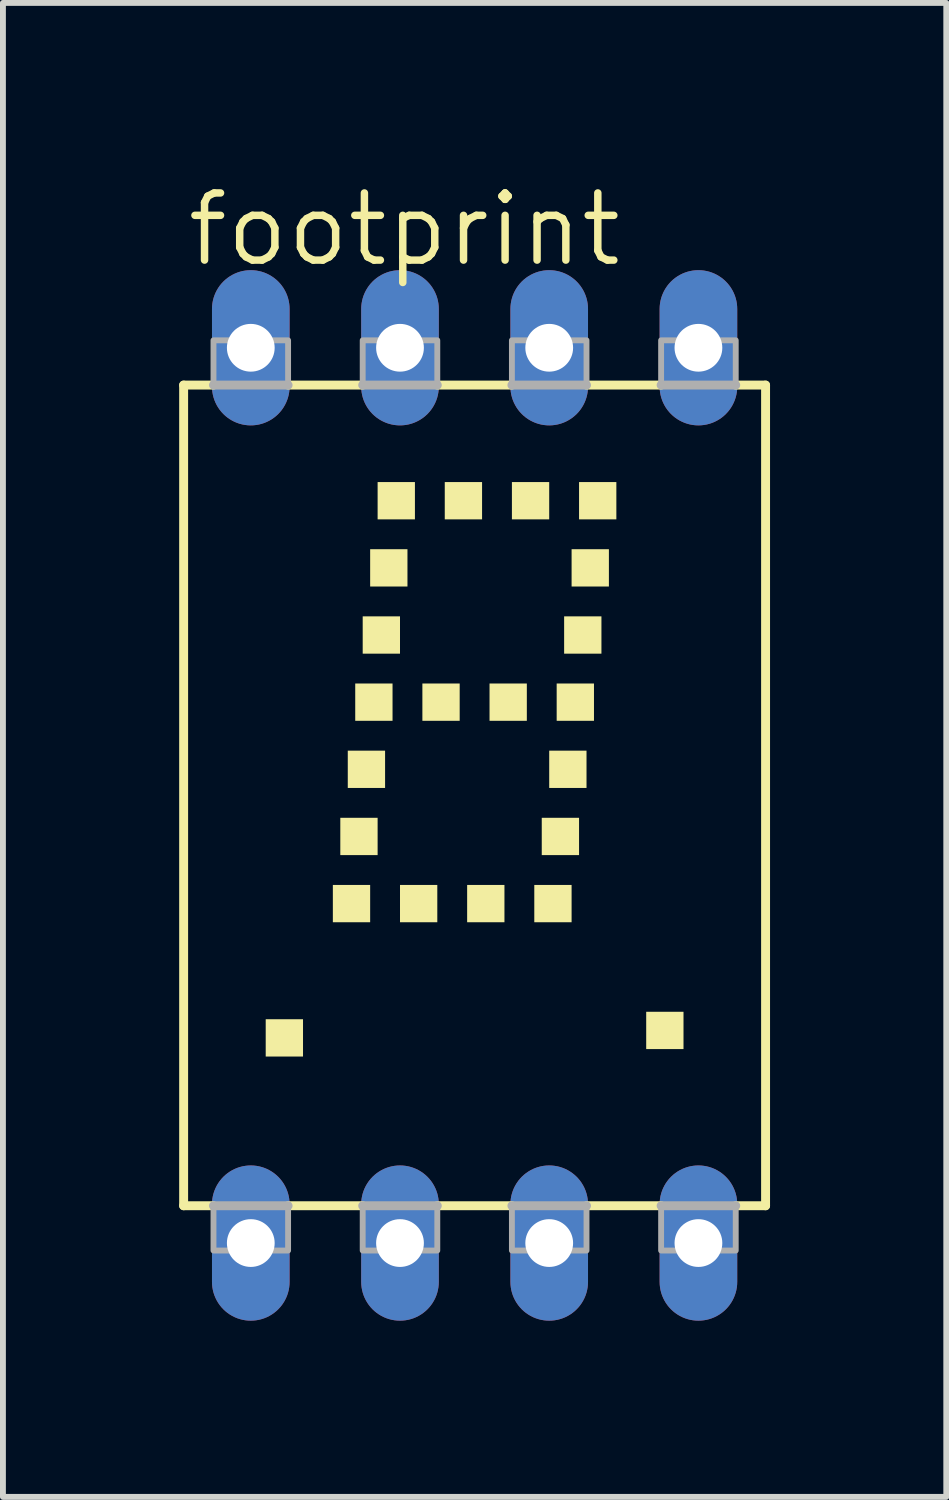
<source format=kicad_pcb>
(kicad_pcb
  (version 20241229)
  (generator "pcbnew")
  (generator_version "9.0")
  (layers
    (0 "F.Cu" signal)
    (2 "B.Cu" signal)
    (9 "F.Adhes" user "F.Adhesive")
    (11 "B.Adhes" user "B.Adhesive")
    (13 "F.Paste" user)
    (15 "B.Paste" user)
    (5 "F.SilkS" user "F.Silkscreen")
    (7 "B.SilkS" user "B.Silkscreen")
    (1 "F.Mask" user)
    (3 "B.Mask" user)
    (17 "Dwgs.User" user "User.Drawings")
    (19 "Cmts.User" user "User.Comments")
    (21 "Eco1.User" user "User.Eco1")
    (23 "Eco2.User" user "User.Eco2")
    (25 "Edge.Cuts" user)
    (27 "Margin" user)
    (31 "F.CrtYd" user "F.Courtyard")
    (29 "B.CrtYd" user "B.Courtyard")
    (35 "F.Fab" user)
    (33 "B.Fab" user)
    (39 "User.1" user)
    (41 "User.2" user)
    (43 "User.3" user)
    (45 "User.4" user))
  (footprint "footprint"
    (layer "F.Cu")
    (at 5.029 10.49)
    (property "Reference" "footprint" (at -4.953 -8.966 0) (layer "F.SilkS") (effects (font (size 1.143 1.143) (thickness 0.127)) (justify left bottom)))
    (fp_line (start -4.953 -6.985) (end -4.953 6.985) (stroke (width 0.152) (type solid)) (layer "F.SilkS"))
    (fp_line (start -4.953 6.985) (end -4.445 6.985) (stroke (width 0.152) (type solid)) (layer "F.SilkS"))
    (fp_line (start -4.445 -6.985) (end -4.953 -6.985) (stroke (width 0.152) (type solid)) (layer "F.SilkS"))
    (fp_line (start -1.905 -6.985) (end -3.175 -6.985) (stroke (width 0.152) (type solid)) (layer "F.SilkS"))
    (fp_line (start -1.905 6.985) (end -3.175 6.985) (stroke (width 0.152) (type solid)) (layer "F.SilkS"))
    (fp_line (start -0.635 6.985) (end 0.635 6.985) (stroke (width 0.152) (type solid)) (layer "F.SilkS"))
    (fp_line (start 0.635 -6.985) (end -0.635 -6.985) (stroke (width 0.152) (type solid)) (layer "F.SilkS"))
    (fp_line (start 1.905 6.985) (end 3.175 6.985) (stroke (width 0.152) (type solid)) (layer "F.SilkS"))
    (fp_line (start 3.175 -6.985) (end 1.905 -6.985) (stroke (width 0.152) (type solid)) (layer "F.SilkS"))
    (fp_line (start 4.953 -6.985) (end 4.445 -6.985) (stroke (width 0.152) (type solid)) (layer "F.SilkS"))
    (fp_line (start 4.953 6.985) (end 4.445 6.985) (stroke (width 0.152) (type solid)) (layer "F.SilkS"))
    (fp_line (start 4.953 6.985) (end 4.953 -6.985) (stroke (width 0.152) (type solid)) (layer "F.SilkS"))
    (fp_poly (pts (xy -3.556 4.445) (xy -2.921 4.445) (xy -2.921 3.81) (xy -3.556 3.81)) (stroke (width 0) (type solid)) (fill yes) (layer "F.SilkS"))
    (fp_poly (pts (xy -2.413 2.159) (xy -1.778 2.159) (xy -1.778 1.524) (xy -2.413 1.524)) (stroke (width 0) (type solid)) (fill yes) (layer "F.SilkS"))
    (fp_poly (pts (xy -2.286 1.016) (xy -1.651 1.016) (xy -1.651 0.381) (xy -2.286 0.381)) (stroke (width 0) (type solid)) (fill yes) (layer "F.SilkS"))
    (fp_poly (pts (xy -2.159 -0.127) (xy -1.524 -0.127) (xy -1.524 -0.762) (xy -2.159 -0.762)) (stroke (width 0) (type solid)) (fill yes) (layer "F.SilkS"))
    (fp_poly (pts (xy -2.032 -1.27) (xy -1.397 -1.27) (xy -1.397 -1.905) (xy -2.032 -1.905)) (stroke (width 0) (type solid)) (fill yes) (layer "F.SilkS"))
    (fp_poly (pts (xy -1.905 -2.413) (xy -1.27 -2.413) (xy -1.27 -3.048) (xy -1.905 -3.048)) (stroke (width 0) (type solid)) (fill yes) (layer "F.SilkS"))
    (fp_poly (pts (xy -1.778 -3.556) (xy -1.143 -3.556) (xy -1.143 -4.191) (xy -1.778 -4.191)) (stroke (width 0) (type solid)) (fill yes) (layer "F.SilkS"))
    (fp_poly (pts (xy -1.651 -4.699) (xy -1.016 -4.699) (xy -1.016 -5.334) (xy -1.651 -5.334)) (stroke (width 0) (type solid)) (fill yes) (layer "F.SilkS"))
    (fp_poly (pts (xy -1.27 2.159) (xy -0.635 2.159) (xy -0.635 1.524) (xy -1.27 1.524)) (stroke (width 0) (type solid)) (fill yes) (layer "F.SilkS"))
    (fp_poly (pts (xy -0.889 -1.27) (xy -0.254 -1.27) (xy -0.254 -1.905) (xy -0.889 -1.905)) (stroke (width 0) (type solid)) (fill yes) (layer "F.SilkS"))
    (fp_poly (pts (xy -0.508 -4.699) (xy 0.127 -4.699) (xy 0.127 -5.334) (xy -0.508 -5.334)) (stroke (width 0) (type solid)) (fill yes) (layer "F.SilkS"))
    (fp_poly (pts (xy -0.127 2.159) (xy 0.508 2.159) (xy 0.508 1.524) (xy -0.127 1.524)) (stroke (width 0) (type solid)) (fill yes) (layer "F.SilkS"))
    (fp_poly (pts (xy 0.254 -1.27) (xy 0.889 -1.27) (xy 0.889 -1.905) (xy 0.254 -1.905)) (stroke (width 0) (type solid)) (fill yes) (layer "F.SilkS"))
    (fp_poly (pts (xy 0.635 -4.699) (xy 1.27 -4.699) (xy 1.27 -5.334) (xy 0.635 -5.334)) (stroke (width 0) (type solid)) (fill yes) (layer "F.SilkS"))
    (fp_poly (pts (xy 1.016 2.159) (xy 1.651 2.159) (xy 1.651 1.524) (xy 1.016 1.524)) (stroke (width 0) (type solid)) (fill yes) (layer "F.SilkS"))
    (fp_poly (pts (xy 1.143 1.016) (xy 1.778 1.016) (xy 1.778 0.381) (xy 1.143 0.381)) (stroke (width 0) (type solid)) (fill yes) (layer "F.SilkS"))
    (fp_poly (pts (xy 1.27 -0.127) (xy 1.905 -0.127) (xy 1.905 -0.762) (xy 1.27 -0.762)) (stroke (width 0) (type solid)) (fill yes) (layer "F.SilkS"))
    (fp_poly (pts (xy 1.397 -1.27) (xy 2.032 -1.27) (xy 2.032 -1.905) (xy 1.397 -1.905)) (stroke (width 0) (type solid)) (fill yes) (layer "F.SilkS"))
    (fp_poly (pts (xy 1.524 -2.413) (xy 2.159 -2.413) (xy 2.159 -3.048) (xy 1.524 -3.048)) (stroke (width 0) (type solid)) (fill yes) (layer "F.SilkS"))
    (fp_poly (pts (xy 1.651 -3.556) (xy 2.286 -3.556) (xy 2.286 -4.191) (xy 1.651 -4.191)) (stroke (width 0) (type solid)) (fill yes) (layer "F.SilkS"))
    (fp_poly (pts (xy 1.778 -4.699) (xy 2.413 -4.699) (xy 2.413 -5.334) (xy 1.778 -5.334)) (stroke (width 0) (type solid)) (fill yes) (layer "F.SilkS"))
    (fp_poly (pts (xy 2.921 4.318) (xy 3.556 4.318) (xy 3.556 3.683) (xy 2.921 3.683)) (stroke (width 0) (type solid)) (fill yes) (layer "F.SilkS"))
    (fp_line (start -4.445 -6.985) (end -3.175 -6.985) (stroke (width 0.152) (type solid)) (layer "F.Fab"))
    (fp_line (start -4.445 6.985) (end -3.175 6.985) (stroke (width 0.152) (type solid)) (layer "F.Fab"))
    (fp_line (start -1.905 -6.985) (end -0.635 -6.985) (stroke (width 0.152) (type solid)) (layer "F.Fab"))
    (fp_line (start -1.905 6.985) (end -0.635 6.985) (stroke (width 0.152) (type solid)) (layer "F.Fab"))
    (fp_line (start 0.635 -6.985) (end 1.905 -6.985) (stroke (width 0.152) (type solid)) (layer "F.Fab"))
    (fp_line (start 0.635 6.985) (end 1.905 6.985) (stroke (width 0.152) (type solid)) (layer "F.Fab"))
    (fp_line (start 3.175 -6.985) (end 4.445 -6.985) (stroke (width 0.152) (type solid)) (layer "F.Fab"))
    (fp_line (start 3.175 6.985) (end 4.445 6.985) (stroke (width 0.152) (type solid)) (layer "F.Fab"))
    (fp_poly (pts (xy -4.445 -6.985) (xy -3.175 -6.985) (xy -3.175 -7.747) (xy -4.445 -7.747)) (stroke (width 0.1) (type solid)) (fill no) (layer "F.Fab"))
    (fp_poly (pts (xy -4.445 7.747) (xy -3.175 7.747) (xy -3.175 6.985) (xy -4.445 6.985)) (stroke (width 0.1) (type solid)) (fill no) (layer "F.Fab"))
    (fp_poly (pts (xy -1.905 -6.985) (xy -0.635 -6.985) (xy -0.635 -7.747) (xy -1.905 -7.747)) (stroke (width 0.1) (type solid)) (fill no) (layer "F.Fab"))
    (fp_poly (pts (xy -1.905 7.747) (xy -0.635 7.747) (xy -0.635 6.985) (xy -1.905 6.985)) (stroke (width 0.1) (type solid)) (fill no) (layer "F.Fab"))
    (fp_poly (pts (xy 0.635 -6.985) (xy 1.905 -6.985) (xy 1.905 -7.747) (xy 0.635 -7.747)) (stroke (width 0.1) (type solid)) (fill no) (layer "F.Fab"))
    (fp_poly (pts (xy 0.635 7.747) (xy 1.905 7.747) (xy 1.905 6.985) (xy 0.635 6.985)) (stroke (width 0.1) (type solid)) (fill no) (layer "F.Fab"))
    (fp_poly (pts (xy 3.175 -6.985) (xy 4.445 -6.985) (xy 4.445 -7.747) (xy 3.175 -7.747)) (stroke (width 0.1) (type solid)) (fill no) (layer "F.Fab"))
    (fp_poly (pts (xy 3.175 7.747) (xy 4.445 7.747) (xy 4.445 6.985) (xy 3.175 6.985)) (stroke (width 0.1) (type solid)) (fill no) (layer "F.Fab"))
    (pad "1" thru_hole oval (at -3.81 7.62 90) (size 2.642 1.321) (drill 0.813) (layers "*.Cu" "*.Mask"))
    (pad "2" thru_hole oval (at -1.27 7.62 90) (size 2.642 1.321) (drill 0.813) (layers "*.Cu" "*.Mask"))
    (pad "3" thru_hole oval (at 1.27 7.62 90) (size 2.642 1.321) (drill 0.813) (layers "*.Cu" "*.Mask"))
    (pad "4" thru_hole oval (at 3.81 7.62 90) (size 2.642 1.321) (drill 0.813) (layers "*.Cu" "*.Mask"))
    (pad "5" thru_hole oval (at 3.81 -7.62 90) (size 2.642 1.321) (drill 0.813) (layers "*.Cu" "*.Mask"))
    (pad "6" thru_hole oval (at 1.27 -7.62 90) (size 2.642 1.321) (drill 0.813) (layers "*.Cu" "*.Mask"))
    (pad "7" thru_hole oval (at -1.27 -7.62 90) (size 2.642 1.321) (drill 0.813) (layers "*.Cu" "*.Mask"))
    (pad "8" thru_hole oval (at -3.81 -7.62 90) (size 2.642 1.321) (drill 0.813) (layers "*.Cu" "*.Mask")))
  (gr_rect
    (start -3 -3)
    (end 13.058 22.431)
    (stroke (width 0.1) (type default))
    (fill no)
    (layer "Edge.Cuts")))
</source>
